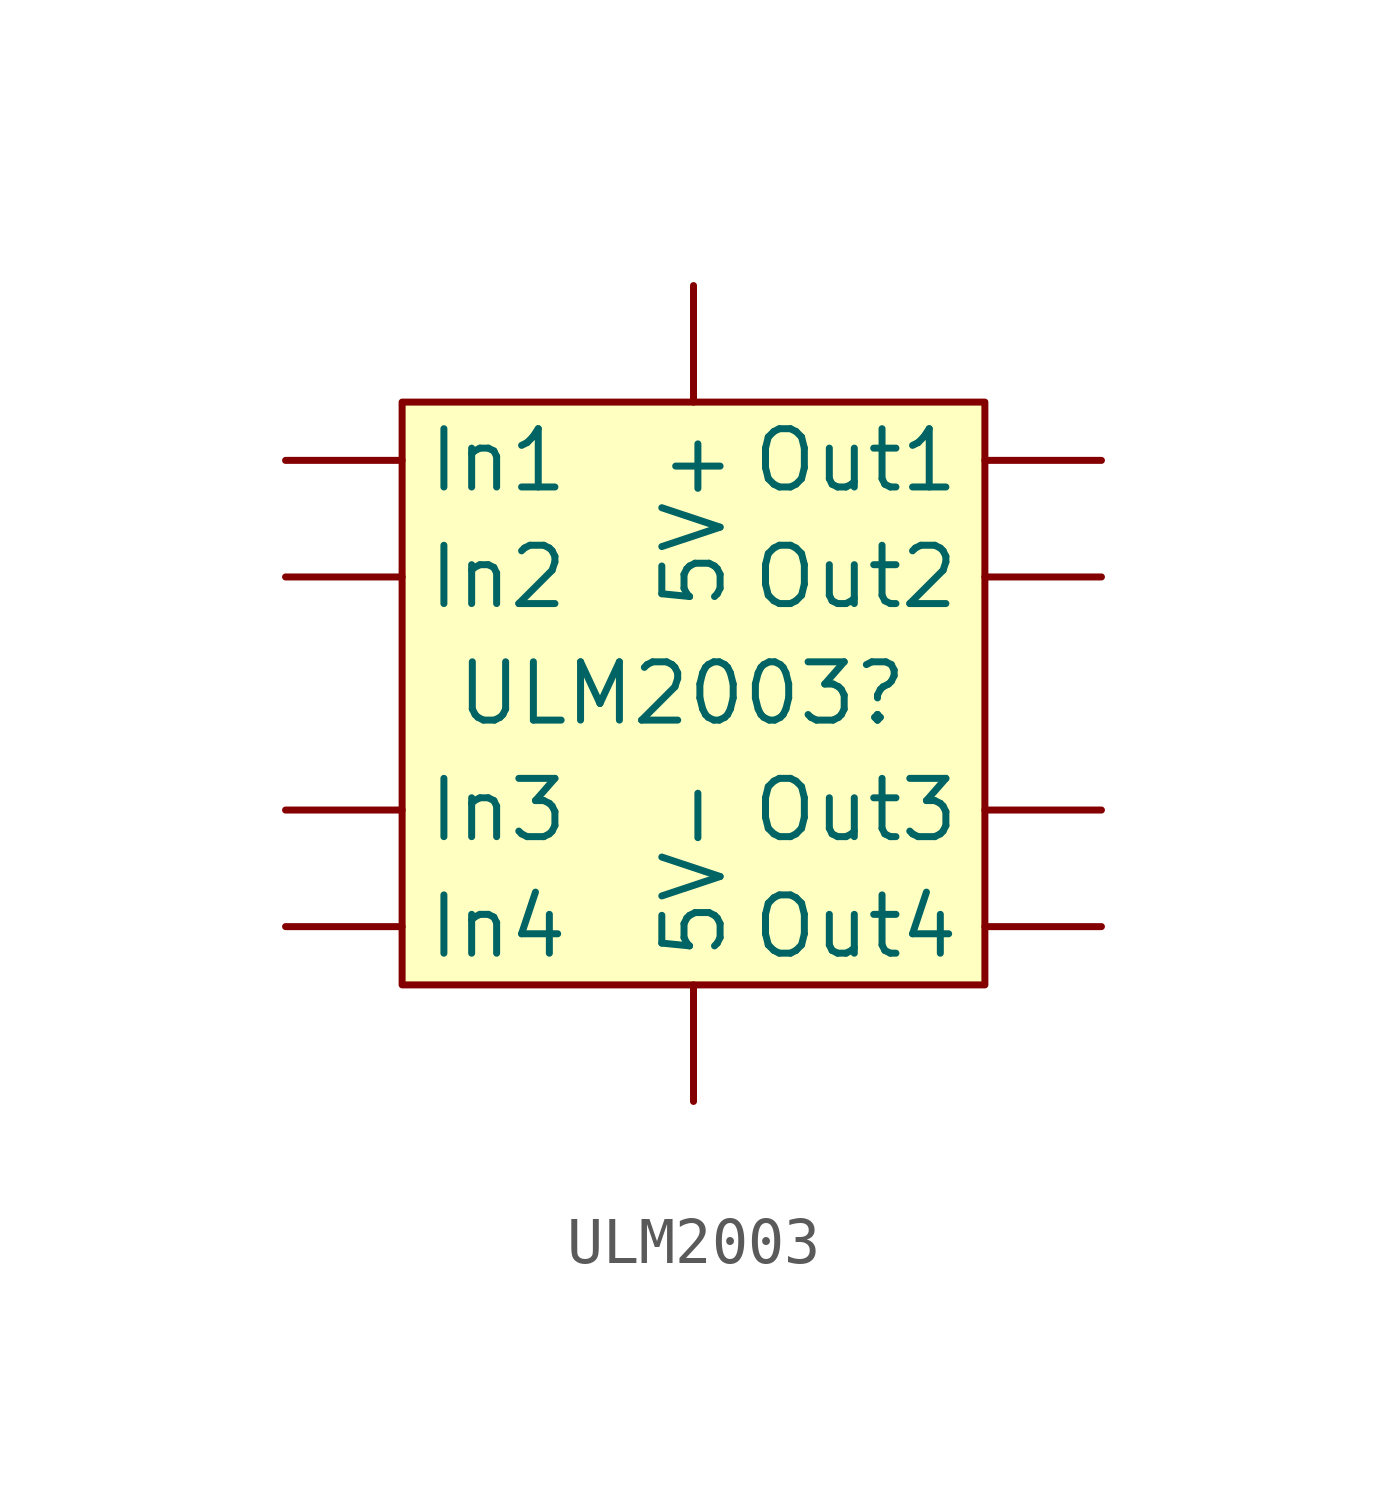
<source format=kicad_sym>
(kicad_symbol_lib
  (version 20231120)
  (generator "kicad_symbol_editor")
  (generator_version "8.0")
  (symbol "ULM2003"
    (property "Reference" "ULM2003"
      (at 1.016 -1.27 0)
      (effects (font (size 1.27 1.27))))
    (property "Value" ""
      (at 0 0 0)
      (effects (font (size 1.27 1.27))))
    (symbol "ULM2003_0_1"
      (rectangle (start -5.08 5.08) (end 7.62 -7.62) (stroke (width 0) (type default)) (fill (type background))))
    (symbol "ULM2003_1_1"
      (pin input line (at 1.27 7.62 270) (length 2.54) (name "5V+" (effects (font (size 1.27 1.27)))) (number "" (effects (font (size 1.27 1.27)))))
      (pin input line (at 1.27 -10.16 90) (length 2.54) (name "5V-" (effects (font (size 1.27 1.27)))) (number "" (effects (font (size 1.27 1.27)))))
      (pin input line (at -7.62 3.81 0) (length 2.54) (name "In1" (effects (font (size 1.27 1.27)))) (number "" (effects (font (size 1.27 1.27)))))
      (pin input line (at -7.62 1.27 0) (length 2.54) (name "In2" (effects (font (size 1.27 1.27)))) (number "" (effects (font (size 1.27 1.27)))))
      (pin input line (at -7.62 -3.81 0) (length 2.54) (name "In3" (effects (font (size 1.27 1.27)))) (number "" (effects (font (size 1.27 1.27)))))
      (pin input line (at -7.62 -6.35 0) (length 2.54) (name "In4" (effects (font (size 1.27 1.27)))) (number "" (effects (font (size 1.27 1.27)))))
      (pin input line (at 10.16 3.81 180) (length 2.54) (name "Out1" (effects (font (size 1.27 1.27)))) (number "" (effects (font (size 1.27 1.27)))))
      (pin input line (at 10.16 1.27 180) (length 2.54) (name "Out2" (effects (font (size 1.27 1.27)))) (number "" (effects (font (size 1.27 1.27)))))
      (pin input line (at 10.16 -3.81 180) (length 2.54) (name "Out3" (effects (font (size 1.27 1.27)))) (number "" (effects (font (size 1.27 1.27)))))
      (pin input line (at 10.16 -6.35 180) (length 2.54) (name "Out4" (effects (font (size 1.27 1.27)))) (number "" (effects (font (size 1.27 1.27))))))))
</source>
